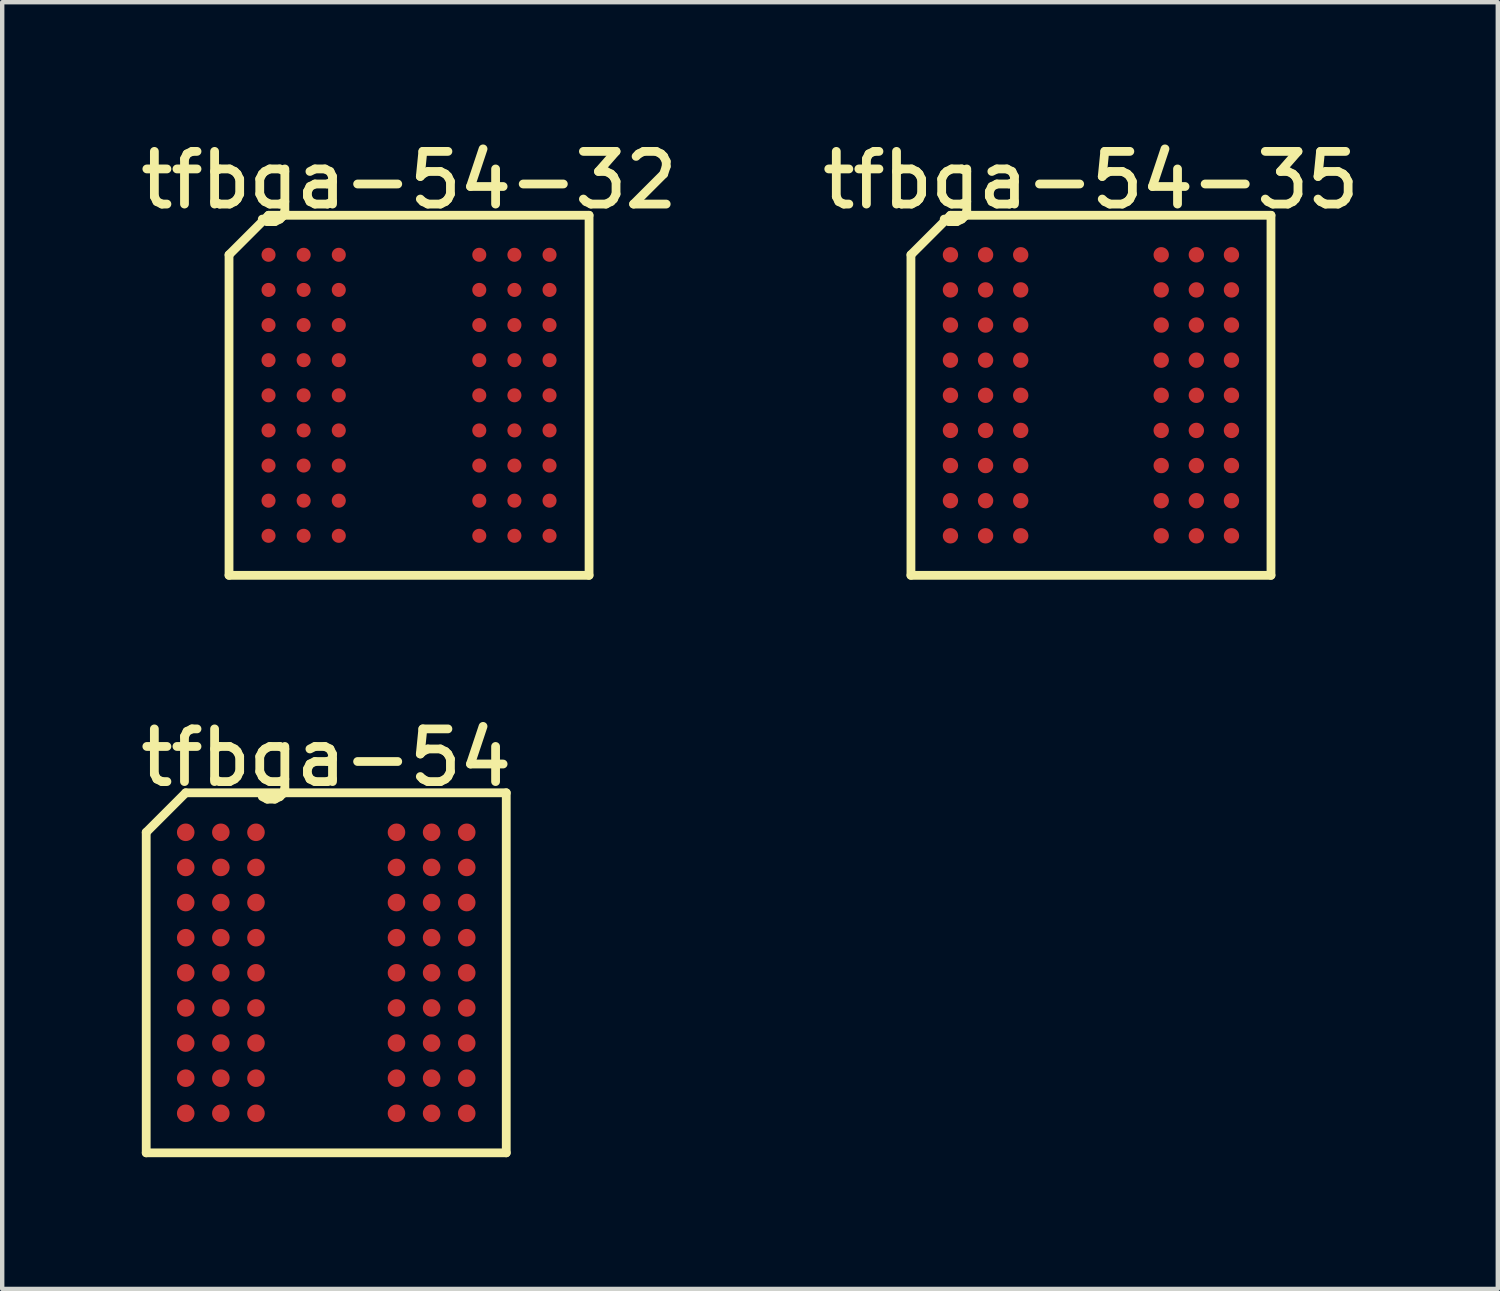
<source format=kicad_pcb>
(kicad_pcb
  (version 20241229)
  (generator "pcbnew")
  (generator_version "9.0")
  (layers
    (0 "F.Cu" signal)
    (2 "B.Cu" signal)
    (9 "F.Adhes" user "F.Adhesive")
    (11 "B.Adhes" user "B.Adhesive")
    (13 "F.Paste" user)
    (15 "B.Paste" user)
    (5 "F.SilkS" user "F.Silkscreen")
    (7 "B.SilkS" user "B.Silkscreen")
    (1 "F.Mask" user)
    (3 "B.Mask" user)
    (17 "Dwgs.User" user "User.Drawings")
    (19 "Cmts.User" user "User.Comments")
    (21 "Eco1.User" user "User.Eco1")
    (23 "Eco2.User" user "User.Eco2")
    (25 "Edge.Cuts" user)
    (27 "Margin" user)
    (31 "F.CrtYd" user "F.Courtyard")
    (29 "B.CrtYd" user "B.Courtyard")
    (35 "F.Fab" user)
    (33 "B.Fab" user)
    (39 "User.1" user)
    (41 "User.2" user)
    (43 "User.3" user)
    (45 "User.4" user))
  (footprint "tfbga-54"
    (layer "F.Cu")
    (at 4.38 19.106)
    (property "Reference" "tfbga-54" (at 0 -4.9 0) (layer "F.SilkS") (effects (font (size 1.2 1.2) (thickness 0.2))))
    (attr through_hole)
    (fp_line (start -4.1 -3.2) (end -4.1 4.1) (stroke (width 0.2) (type solid)) (layer "F.SilkS"))
    (fp_line (start -4.1 4.1) (end 4.1 4.1) (stroke (width 0.2) (type solid)) (layer "F.SilkS"))
    (fp_line (start -3.2 -4.1) (end -4.1 -3.2) (stroke (width 0.2) (type solid)) (layer "F.SilkS"))
    (fp_line (start 4.1 -4.1) (end -3.2 -4.1) (stroke (width 0.2) (type solid)) (layer "F.SilkS"))
    (fp_line (start 4.1 4.1) (end 4.1 -4.1) (stroke (width 0.2) (type solid)) (layer "F.SilkS"))
    (pad "A1" smd circle (at -3.2 -3.2) (size 0.4 0.4) (layers "F.Cu" "F.Mask" "F.Paste"))
    (pad "A2" smd circle (at -2.4 -3.2) (size 0.4 0.4) (layers "F.Cu" "F.Mask" "F.Paste"))
    (pad "A3" smd circle (at -1.6 -3.2) (size 0.4 0.4) (layers "F.Cu" "F.Mask" "F.Paste"))
    (pad "A7" smd circle (at 1.6 -3.2) (size 0.4 0.4) (layers "F.Cu" "F.Mask" "F.Paste"))
    (pad "A8" smd circle (at 2.4 -3.2) (size 0.4 0.4) (layers "F.Cu" "F.Mask" "F.Paste"))
    (pad "A9" smd circle (at 3.2 -3.2) (size 0.4 0.4) (layers "F.Cu" "F.Mask" "F.Paste"))
    (pad "B1" smd circle (at -3.2 -2.4) (size 0.4 0.4) (layers "F.Cu" "F.Mask" "F.Paste"))
    (pad "B2" smd circle (at -2.4 -2.4) (size 0.4 0.4) (layers "F.Cu" "F.Mask" "F.Paste"))
    (pad "B3" smd circle (at -1.6 -2.4) (size 0.4 0.4) (layers "F.Cu" "F.Mask" "F.Paste"))
    (pad "B7" smd circle (at 1.6 -2.4) (size 0.4 0.4) (layers "F.Cu" "F.Mask" "F.Paste"))
    (pad "B8" smd circle (at 2.4 -2.4) (size 0.4 0.4) (layers "F.Cu" "F.Mask" "F.Paste"))
    (pad "B9" smd circle (at 3.2 -2.4) (size 0.4 0.4) (layers "F.Cu" "F.Mask" "F.Paste"))
    (pad "C1" smd circle (at -3.2 -1.6) (size 0.4 0.4) (layers "F.Cu" "F.Mask" "F.Paste"))
    (pad "C2" smd circle (at -2.4 -1.6) (size 0.4 0.4) (layers "F.Cu" "F.Mask" "F.Paste"))
    (pad "C3" smd circle (at -1.6 -1.6) (size 0.4 0.4) (layers "F.Cu" "F.Mask" "F.Paste"))
    (pad "C7" smd circle (at 1.6 -1.6) (size 0.4 0.4) (layers "F.Cu" "F.Mask" "F.Paste"))
    (pad "C8" smd circle (at 2.4 -1.6) (size 0.4 0.4) (layers "F.Cu" "F.Mask" "F.Paste"))
    (pad "C9" smd circle (at 3.2 -1.6) (size 0.4 0.4) (layers "F.Cu" "F.Mask" "F.Paste"))
    (pad "D1" smd circle (at -3.2 -0.8) (size 0.4 0.4) (layers "F.Cu" "F.Mask" "F.Paste"))
    (pad "D2" smd circle (at -2.4 -0.8) (size 0.4 0.4) (layers "F.Cu" "F.Mask" "F.Paste"))
    (pad "D3" smd circle (at -1.6 -0.8) (size 0.4 0.4) (layers "F.Cu" "F.Mask" "F.Paste"))
    (pad "D7" smd circle (at 1.6 -0.8) (size 0.4 0.4) (layers "F.Cu" "F.Mask" "F.Paste"))
    (pad "D8" smd circle (at 2.4 -0.8) (size 0.4 0.4) (layers "F.Cu" "F.Mask" "F.Paste"))
    (pad "D9" smd circle (at 3.2 -0.8) (size 0.4 0.4) (layers "F.Cu" "F.Mask" "F.Paste"))
    (pad "E1" smd circle (at -3.2 0) (size 0.4 0.4) (layers "F.Cu" "F.Mask" "F.Paste"))
    (pad "E2" smd circle (at -2.4 0) (size 0.4 0.4) (layers "F.Cu" "F.Mask" "F.Paste"))
    (pad "E3" smd circle (at -1.6 0) (size 0.4 0.4) (layers "F.Cu" "F.Mask" "F.Paste"))
    (pad "E7" smd circle (at 1.6 0) (size 0.4 0.4) (layers "F.Cu" "F.Mask" "F.Paste"))
    (pad "E8" smd circle (at 2.4 0) (size 0.4 0.4) (layers "F.Cu" "F.Mask" "F.Paste"))
    (pad "E9" smd circle (at 3.2 0) (size 0.4 0.4) (layers "F.Cu" "F.Mask" "F.Paste"))
    (pad "F1" smd circle (at -3.2 0.8) (size 0.4 0.4) (layers "F.Cu" "F.Mask" "F.Paste"))
    (pad "F2" smd circle (at -2.4 0.8) (size 0.4 0.4) (layers "F.Cu" "F.Mask" "F.Paste"))
    (pad "F3" smd circle (at -1.6 0.8) (size 0.4 0.4) (layers "F.Cu" "F.Mask" "F.Paste"))
    (pad "F7" smd circle (at 1.6 0.8) (size 0.4 0.4) (layers "F.Cu" "F.Mask" "F.Paste"))
    (pad "F8" smd circle (at 2.4 0.8) (size 0.4 0.4) (layers "F.Cu" "F.Mask" "F.Paste"))
    (pad "F9" smd circle (at 3.2 0.8) (size 0.4 0.4) (layers "F.Cu" "F.Mask" "F.Paste"))
    (pad "G1" smd circle (at -3.2 1.6) (size 0.4 0.4) (layers "F.Cu" "F.Mask" "F.Paste"))
    (pad "G2" smd circle (at -2.4 1.6) (size 0.4 0.4) (layers "F.Cu" "F.Mask" "F.Paste"))
    (pad "G3" smd circle (at -1.6 1.6) (size 0.4 0.4) (layers "F.Cu" "F.Mask" "F.Paste"))
    (pad "G7" smd circle (at 1.6 1.6) (size 0.4 0.4) (layers "F.Cu" "F.Mask" "F.Paste"))
    (pad "G8" smd circle (at 2.4 1.6) (size 0.4 0.4) (layers "F.Cu" "F.Mask" "F.Paste"))
    (pad "G9" smd circle (at 3.2 1.6) (size 0.4 0.4) (layers "F.Cu" "F.Mask" "F.Paste"))
    (pad "H1" smd circle (at -3.2 2.4) (size 0.4 0.4) (layers "F.Cu" "F.Mask" "F.Paste"))
    (pad "H2" smd circle (at -2.4 2.4) (size 0.4 0.4) (layers "F.Cu" "F.Mask" "F.Paste"))
    (pad "H3" smd circle (at -1.6 2.4) (size 0.4 0.4) (layers "F.Cu" "F.Mask" "F.Paste"))
    (pad "H7" smd circle (at 1.6 2.4) (size 0.4 0.4) (layers "F.Cu" "F.Mask" "F.Paste"))
    (pad "H8" smd circle (at 2.4 2.4) (size 0.4 0.4) (layers "F.Cu" "F.Mask" "F.Paste"))
    (pad "H9" smd circle (at 3.2 2.4) (size 0.4 0.4) (layers "F.Cu" "F.Mask" "F.Paste"))
    (pad "J1" smd circle (at -3.2 3.2) (size 0.4 0.4) (layers "F.Cu" "F.Mask" "F.Paste"))
    (pad "J2" smd circle (at -2.4 3.2) (size 0.4 0.4) (layers "F.Cu" "F.Mask" "F.Paste"))
    (pad "J3" smd circle (at -1.6 3.2) (size 0.4 0.4) (layers "F.Cu" "F.Mask" "F.Paste"))
    (pad "J7" smd circle (at 1.6 3.2) (size 0.4 0.4) (layers "F.Cu" "F.Mask" "F.Paste"))
    (pad "J8" smd circle (at 2.4 3.2) (size 0.4 0.4) (layers "F.Cu" "F.Mask" "F.Paste"))
    (pad "J9" smd circle (at 3.2 3.2) (size 0.4 0.4) (layers "F.Cu" "F.Mask" "F.Paste")))
  (footprint "tfbga-54-35"
    (layer "F.Cu")
    (at 21.797 5.953)
    (property "Reference" "tfbga-54-35" (at 0 -4.9 0) (layer "F.SilkS") (effects (font (size 1.2 1.2) (thickness 0.2))))
    (attr through_hole)
    (fp_line (start -4.1 -3.2) (end -4.1 4.1) (stroke (width 0.2) (type solid)) (layer "F.SilkS"))
    (fp_line (start -4.1 4.1) (end 4.1 4.1) (stroke (width 0.2) (type solid)) (layer "F.SilkS"))
    (fp_line (start -3.2 -4.1) (end -4.1 -3.2) (stroke (width 0.2) (type solid)) (layer "F.SilkS"))
    (fp_line (start 4.1 -4.1) (end -3.2 -4.1) (stroke (width 0.2) (type solid)) (layer "F.SilkS"))
    (fp_line (start 4.1 4.1) (end 4.1 -4.1) (stroke (width 0.2) (type solid)) (layer "F.SilkS"))
    (pad "A1" smd circle (at -3.2 -3.2) (size 0.35 0.35) (layers "F.Cu" "F.Mask" "F.Paste"))
    (pad "A2" smd circle (at -2.4 -3.2) (size 0.35 0.35) (layers "F.Cu" "F.Mask" "F.Paste"))
    (pad "A3" smd circle (at -1.6 -3.2) (size 0.35 0.35) (layers "F.Cu" "F.Mask" "F.Paste"))
    (pad "A7" smd circle (at 1.6 -3.2) (size 0.35 0.35) (layers "F.Cu" "F.Mask" "F.Paste"))
    (pad "A8" smd circle (at 2.4 -3.2) (size 0.35 0.35) (layers "F.Cu" "F.Mask" "F.Paste"))
    (pad "A9" smd circle (at 3.2 -3.2) (size 0.35 0.35) (layers "F.Cu" "F.Mask" "F.Paste"))
    (pad "B1" smd circle (at -3.2 -2.4) (size 0.35 0.35) (layers "F.Cu" "F.Mask" "F.Paste"))
    (pad "B2" smd circle (at -2.4 -2.4) (size 0.35 0.35) (layers "F.Cu" "F.Mask" "F.Paste"))
    (pad "B3" smd circle (at -1.6 -2.4) (size 0.35 0.35) (layers "F.Cu" "F.Mask" "F.Paste"))
    (pad "B7" smd circle (at 1.6 -2.4) (size 0.35 0.35) (layers "F.Cu" "F.Mask" "F.Paste"))
    (pad "B8" smd circle (at 2.4 -2.4) (size 0.35 0.35) (layers "F.Cu" "F.Mask" "F.Paste"))
    (pad "B9" smd circle (at 3.2 -2.4) (size 0.35 0.35) (layers "F.Cu" "F.Mask" "F.Paste"))
    (pad "C1" smd circle (at -3.2 -1.6) (size 0.35 0.35) (layers "F.Cu" "F.Mask" "F.Paste"))
    (pad "C2" smd circle (at -2.4 -1.6) (size 0.35 0.35) (layers "F.Cu" "F.Mask" "F.Paste"))
    (pad "C3" smd circle (at -1.6 -1.6) (size 0.35 0.35) (layers "F.Cu" "F.Mask" "F.Paste"))
    (pad "C7" smd circle (at 1.6 -1.6) (size 0.35 0.35) (layers "F.Cu" "F.Mask" "F.Paste"))
    (pad "C8" smd circle (at 2.4 -1.6) (size 0.35 0.35) (layers "F.Cu" "F.Mask" "F.Paste"))
    (pad "C9" smd circle (at 3.2 -1.6) (size 0.35 0.35) (layers "F.Cu" "F.Mask" "F.Paste"))
    (pad "D1" smd circle (at -3.2 -0.8) (size 0.35 0.35) (layers "F.Cu" "F.Mask" "F.Paste"))
    (pad "D2" smd circle (at -2.4 -0.8) (size 0.35 0.35) (layers "F.Cu" "F.Mask" "F.Paste"))
    (pad "D3" smd circle (at -1.6 -0.8) (size 0.35 0.35) (layers "F.Cu" "F.Mask" "F.Paste"))
    (pad "D7" smd circle (at 1.6 -0.8) (size 0.35 0.35) (layers "F.Cu" "F.Mask" "F.Paste"))
    (pad "D8" smd circle (at 2.4 -0.8) (size 0.35 0.35) (layers "F.Cu" "F.Mask" "F.Paste"))
    (pad "D9" smd circle (at 3.2 -0.8) (size 0.35 0.35) (layers "F.Cu" "F.Mask" "F.Paste"))
    (pad "E1" smd circle (at -3.2 0) (size 0.35 0.35) (layers "F.Cu" "F.Mask" "F.Paste"))
    (pad "E2" smd circle (at -2.4 0) (size 0.35 0.35) (layers "F.Cu" "F.Mask" "F.Paste"))
    (pad "E3" smd circle (at -1.6 0) (size 0.35 0.35) (layers "F.Cu" "F.Mask" "F.Paste"))
    (pad "E7" smd circle (at 1.6 0) (size 0.35 0.35) (layers "F.Cu" "F.Mask" "F.Paste"))
    (pad "E8" smd circle (at 2.4 0) (size 0.35 0.35) (layers "F.Cu" "F.Mask" "F.Paste"))
    (pad "E9" smd circle (at 3.2 0) (size 0.35 0.35) (layers "F.Cu" "F.Mask" "F.Paste"))
    (pad "F1" smd circle (at -3.2 0.8) (size 0.35 0.35) (layers "F.Cu" "F.Mask" "F.Paste"))
    (pad "F2" smd circle (at -2.4 0.8) (size 0.35 0.35) (layers "F.Cu" "F.Mask" "F.Paste"))
    (pad "F3" smd circle (at -1.6 0.8) (size 0.35 0.35) (layers "F.Cu" "F.Mask" "F.Paste"))
    (pad "F7" smd circle (at 1.6 0.8) (size 0.35 0.35) (layers "F.Cu" "F.Mask" "F.Paste"))
    (pad "F8" smd circle (at 2.4 0.8) (size 0.35 0.35) (layers "F.Cu" "F.Mask" "F.Paste"))
    (pad "F9" smd circle (at 3.2 0.8) (size 0.35 0.35) (layers "F.Cu" "F.Mask" "F.Paste"))
    (pad "G1" smd circle (at -3.2 1.6) (size 0.35 0.35) (layers "F.Cu" "F.Mask" "F.Paste"))
    (pad "G2" smd circle (at -2.4 1.6) (size 0.35 0.35) (layers "F.Cu" "F.Mask" "F.Paste"))
    (pad "G3" smd circle (at -1.6 1.6) (size 0.35 0.35) (layers "F.Cu" "F.Mask" "F.Paste"))
    (pad "G7" smd circle (at 1.6 1.6) (size 0.35 0.35) (layers "F.Cu" "F.Mask" "F.Paste"))
    (pad "G8" smd circle (at 2.4 1.6) (size 0.35 0.35) (layers "F.Cu" "F.Mask" "F.Paste"))
    (pad "G9" smd circle (at 3.2 1.6) (size 0.35 0.35) (layers "F.Cu" "F.Mask" "F.Paste"))
    (pad "H1" smd circle (at -3.2 2.4) (size 0.35 0.35) (layers "F.Cu" "F.Mask" "F.Paste"))
    (pad "H2" smd circle (at -2.4 2.4) (size 0.35 0.35) (layers "F.Cu" "F.Mask" "F.Paste"))
    (pad "H3" smd circle (at -1.6 2.4) (size 0.35 0.35) (layers "F.Cu" "F.Mask" "F.Paste"))
    (pad "H7" smd circle (at 1.6 2.4) (size 0.35 0.35) (layers "F.Cu" "F.Mask" "F.Paste"))
    (pad "H8" smd circle (at 2.4 2.4) (size 0.35 0.35) (layers "F.Cu" "F.Mask" "F.Paste"))
    (pad "H9" smd circle (at 3.2 2.4) (size 0.35 0.35) (layers "F.Cu" "F.Mask" "F.Paste"))
    (pad "J1" smd circle (at -3.2 3.2) (size 0.35 0.35) (layers "F.Cu" "F.Mask" "F.Paste"))
    (pad "J2" smd circle (at -2.4 3.2) (size 0.35 0.35) (layers "F.Cu" "F.Mask" "F.Paste"))
    (pad "J3" smd circle (at -1.6 3.2) (size 0.35 0.35) (layers "F.Cu" "F.Mask" "F.Paste"))
    (pad "J7" smd circle (at 1.6 3.2) (size 0.35 0.35) (layers "F.Cu" "F.Mask" "F.Paste"))
    (pad "J8" smd circle (at 2.4 3.2) (size 0.35 0.35) (layers "F.Cu" "F.Mask" "F.Paste"))
    (pad "J9" smd circle (at 3.2 3.2) (size 0.35 0.35) (layers "F.Cu" "F.Mask" "F.Paste")))
  (footprint "tfbga-54-32"
    (layer "F.Cu")
    (at 6.266 5.953)
    (property "Reference" "tfbga-54-32" (at 0 -4.9 0) (layer "F.SilkS") (effects (font (size 1.2 1.2) (thickness 0.2))))
    (attr through_hole)
    (fp_line (start -4.1 -3.2) (end -4.1 4.1) (stroke (width 0.2) (type solid)) (layer "F.SilkS"))
    (fp_line (start -4.1 4.1) (end 4.1 4.1) (stroke (width 0.2) (type solid)) (layer "F.SilkS"))
    (fp_line (start -3.2 -4.1) (end -4.1 -3.2) (stroke (width 0.2) (type solid)) (layer "F.SilkS"))
    (fp_line (start 4.1 -4.1) (end -3.2 -4.1) (stroke (width 0.2) (type solid)) (layer "F.SilkS"))
    (fp_line (start 4.1 4.1) (end 4.1 -4.1) (stroke (width 0.2) (type solid)) (layer "F.SilkS"))
    (pad "A1" smd circle (at -3.2 -3.2) (size 0.32 0.32) (layers "F.Cu" "F.Mask" "F.Paste"))
    (pad "A2" smd circle (at -2.4 -3.2) (size 0.32 0.32) (layers "F.Cu" "F.Mask" "F.Paste"))
    (pad "A3" smd circle (at -1.6 -3.2) (size 0.32 0.32) (layers "F.Cu" "F.Mask" "F.Paste"))
    (pad "A7" smd circle (at 1.6 -3.2) (size 0.32 0.32) (layers "F.Cu" "F.Mask" "F.Paste"))
    (pad "A8" smd circle (at 2.4 -3.2) (size 0.32 0.32) (layers "F.Cu" "F.Mask" "F.Paste"))
    (pad "A9" smd circle (at 3.2 -3.2) (size 0.32 0.32) (layers "F.Cu" "F.Mask" "F.Paste"))
    (pad "B1" smd circle (at -3.2 -2.4) (size 0.32 0.32) (layers "F.Cu" "F.Mask" "F.Paste"))
    (pad "B2" smd circle (at -2.4 -2.4) (size 0.32 0.32) (layers "F.Cu" "F.Mask" "F.Paste"))
    (pad "B3" smd circle (at -1.6 -2.4) (size 0.32 0.32) (layers "F.Cu" "F.Mask" "F.Paste"))
    (pad "B7" smd circle (at 1.6 -2.4) (size 0.32 0.32) (layers "F.Cu" "F.Mask" "F.Paste"))
    (pad "B8" smd circle (at 2.4 -2.4) (size 0.32 0.32) (layers "F.Cu" "F.Mask" "F.Paste"))
    (pad "B9" smd circle (at 3.2 -2.4) (size 0.32 0.32) (layers "F.Cu" "F.Mask" "F.Paste"))
    (pad "C1" smd circle (at -3.2 -1.6) (size 0.32 0.32) (layers "F.Cu" "F.Mask" "F.Paste"))
    (pad "C2" smd circle (at -2.4 -1.6) (size 0.32 0.32) (layers "F.Cu" "F.Mask" "F.Paste"))
    (pad "C3" smd circle (at -1.6 -1.6) (size 0.32 0.32) (layers "F.Cu" "F.Mask" "F.Paste"))
    (pad "C7" smd circle (at 1.6 -1.6) (size 0.32 0.32) (layers "F.Cu" "F.Mask" "F.Paste"))
    (pad "C8" smd circle (at 2.4 -1.6) (size 0.32 0.32) (layers "F.Cu" "F.Mask" "F.Paste"))
    (pad "C9" smd circle (at 3.2 -1.6) (size 0.32 0.32) (layers "F.Cu" "F.Mask" "F.Paste"))
    (pad "D1" smd circle (at -3.2 -0.8) (size 0.32 0.32) (layers "F.Cu" "F.Mask" "F.Paste"))
    (pad "D2" smd circle (at -2.4 -0.8) (size 0.32 0.32) (layers "F.Cu" "F.Mask" "F.Paste"))
    (pad "D3" smd circle (at -1.6 -0.8) (size 0.32 0.32) (layers "F.Cu" "F.Mask" "F.Paste"))
    (pad "D7" smd circle (at 1.6 -0.8) (size 0.32 0.32) (layers "F.Cu" "F.Mask" "F.Paste"))
    (pad "D8" smd circle (at 2.4 -0.8) (size 0.32 0.32) (layers "F.Cu" "F.Mask" "F.Paste"))
    (pad "D9" smd circle (at 3.2 -0.8) (size 0.32 0.32) (layers "F.Cu" "F.Mask" "F.Paste"))
    (pad "E1" smd circle (at -3.2 0) (size 0.32 0.32) (layers "F.Cu" "F.Mask" "F.Paste"))
    (pad "E2" smd circle (at -2.4 0) (size 0.32 0.32) (layers "F.Cu" "F.Mask" "F.Paste"))
    (pad "E3" smd circle (at -1.6 0) (size 0.32 0.32) (layers "F.Cu" "F.Mask" "F.Paste"))
    (pad "E7" smd circle (at 1.6 0) (size 0.32 0.32) (layers "F.Cu" "F.Mask" "F.Paste"))
    (pad "E8" smd circle (at 2.4 0) (size 0.32 0.32) (layers "F.Cu" "F.Mask" "F.Paste"))
    (pad "E9" smd circle (at 3.2 0) (size 0.32 0.32) (layers "F.Cu" "F.Mask" "F.Paste"))
    (pad "F1" smd circle (at -3.2 0.8) (size 0.32 0.32) (layers "F.Cu" "F.Mask" "F.Paste"))
    (pad "F2" smd circle (at -2.4 0.8) (size 0.32 0.32) (layers "F.Cu" "F.Mask" "F.Paste"))
    (pad "F3" smd circle (at -1.6 0.8) (size 0.32 0.32) (layers "F.Cu" "F.Mask" "F.Paste"))
    (pad "F7" smd circle (at 1.6 0.8) (size 0.32 0.32) (layers "F.Cu" "F.Mask" "F.Paste"))
    (pad "F8" smd circle (at 2.4 0.8) (size 0.32 0.32) (layers "F.Cu" "F.Mask" "F.Paste"))
    (pad "F9" smd circle (at 3.2 0.8) (size 0.32 0.32) (layers "F.Cu" "F.Mask" "F.Paste"))
    (pad "G1" smd circle (at -3.2 1.6) (size 0.32 0.32) (layers "F.Cu" "F.Mask" "F.Paste"))
    (pad "G2" smd circle (at -2.4 1.6) (size 0.32 0.32) (layers "F.Cu" "F.Mask" "F.Paste"))
    (pad "G3" smd circle (at -1.6 1.6) (size 0.32 0.32) (layers "F.Cu" "F.Mask" "F.Paste"))
    (pad "G7" smd circle (at 1.6 1.6) (size 0.32 0.32) (layers "F.Cu" "F.Mask" "F.Paste"))
    (pad "G8" smd circle (at 2.4 1.6) (size 0.32 0.32) (layers "F.Cu" "F.Mask" "F.Paste"))
    (pad "G9" smd circle (at 3.2 1.6) (size 0.32 0.32) (layers "F.Cu" "F.Mask" "F.Paste"))
    (pad "H1" smd circle (at -3.2 2.4) (size 0.32 0.32) (layers "F.Cu" "F.Mask" "F.Paste"))
    (pad "H2" smd circle (at -2.4 2.4) (size 0.32 0.32) (layers "F.Cu" "F.Mask" "F.Paste"))
    (pad "H3" smd circle (at -1.6 2.4) (size 0.32 0.32) (layers "F.Cu" "F.Mask" "F.Paste"))
    (pad "H7" smd circle (at 1.6 2.4) (size 0.32 0.32) (layers "F.Cu" "F.Mask" "F.Paste"))
    (pad "H8" smd circle (at 2.4 2.4) (size 0.32 0.32) (layers "F.Cu" "F.Mask" "F.Paste"))
    (pad "H9" smd circle (at 3.2 2.4) (size 0.32 0.32) (layers "F.Cu" "F.Mask" "F.Paste"))
    (pad "J1" smd circle (at -3.2 3.2) (size 0.32 0.32) (layers "F.Cu" "F.Mask" "F.Paste"))
    (pad "J2" smd circle (at -2.4 3.2) (size 0.32 0.32) (layers "F.Cu" "F.Mask" "F.Paste"))
    (pad "J3" smd circle (at -1.6 3.2) (size 0.32 0.32) (layers "F.Cu" "F.Mask" "F.Paste"))
    (pad "J7" smd circle (at 1.6 3.2) (size 0.32 0.32) (layers "F.Cu" "F.Mask" "F.Paste"))
    (pad "J8" smd circle (at 2.4 3.2) (size 0.32 0.32) (layers "F.Cu" "F.Mask" "F.Paste"))
    (pad "J9" smd circle (at 3.2 3.2) (size 0.32 0.32) (layers "F.Cu" "F.Mask" "F.Paste")))
  (gr_rect
    (start -3 -3)
    (end 31.063 26.306)
    (stroke (width 0.1) (type default))
    (fill no)
    (layer "Edge.Cuts")))
</source>
